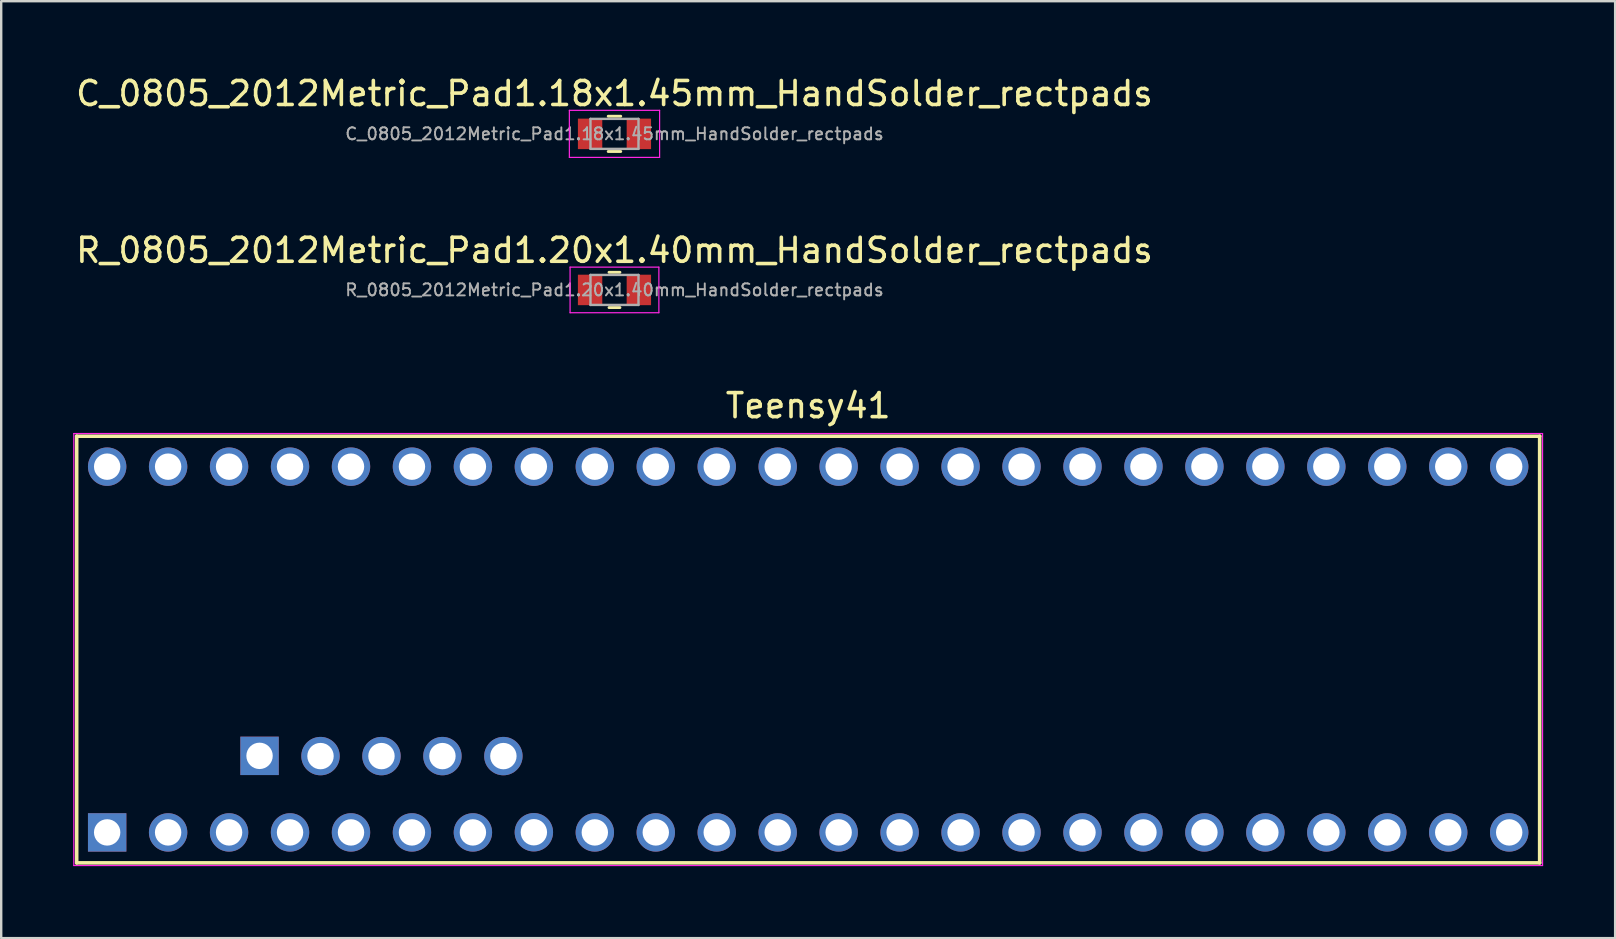
<source format=kicad_pcb>
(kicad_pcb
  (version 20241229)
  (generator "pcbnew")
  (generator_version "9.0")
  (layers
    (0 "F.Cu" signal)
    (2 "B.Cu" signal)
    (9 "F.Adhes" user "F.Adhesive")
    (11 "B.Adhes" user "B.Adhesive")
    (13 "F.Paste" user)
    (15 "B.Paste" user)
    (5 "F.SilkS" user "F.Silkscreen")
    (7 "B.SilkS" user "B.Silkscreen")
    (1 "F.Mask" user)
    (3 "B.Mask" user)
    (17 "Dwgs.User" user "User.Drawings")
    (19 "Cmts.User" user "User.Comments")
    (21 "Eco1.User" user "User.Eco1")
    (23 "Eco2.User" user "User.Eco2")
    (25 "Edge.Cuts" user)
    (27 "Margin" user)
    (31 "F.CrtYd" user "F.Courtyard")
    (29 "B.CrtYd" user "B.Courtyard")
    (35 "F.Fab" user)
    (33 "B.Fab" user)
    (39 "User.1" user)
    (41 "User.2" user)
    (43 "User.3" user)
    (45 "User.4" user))
  (footprint "R_0805_2012Metric_Pad1.20x1.40mm_HandSolder_rectpads"
    (layer "F.Cu")
    (at 22.554 9.031)
    (property "Reference" "R_0805_2012Metric_Pad1.20x1.40mm_HandSolder_rectpads" (at 0 -1.65 0) (layer "F.SilkS") (effects (font (size 1 1) (thickness 0.15))))
    (attr smd)
    (fp_line (start -0.227 -0.735) (end 0.227 -0.735) (stroke (width 0.12) (type solid)) (layer "F.SilkS"))
    (fp_line (start -0.227 0.735) (end 0.227 0.735) (stroke (width 0.12) (type solid)) (layer "F.SilkS"))
    (fp_line (start -1.85 -0.95) (end 1.85 -0.95) (stroke (width 0.05) (type solid)) (layer "F.CrtYd"))
    (fp_line (start -1.85 0.95) (end -1.85 -0.95) (stroke (width 0.05) (type solid)) (layer "F.CrtYd"))
    (fp_line (start 1.85 -0.95) (end 1.85 0.95) (stroke (width 0.05) (type solid)) (layer "F.CrtYd"))
    (fp_line (start 1.85 0.95) (end -1.85 0.95) (stroke (width 0.05) (type solid)) (layer "F.CrtYd"))
    (fp_line (start -1 -0.625) (end 1 -0.625) (stroke (width 0.1) (type solid)) (layer "F.Fab"))
    (fp_line (start -1 0.625) (end -1 -0.625) (stroke (width 0.1) (type solid)) (layer "F.Fab"))
    (fp_line (start 1 -0.625) (end 1 0.625) (stroke (width 0.1) (type solid)) (layer "F.Fab"))
    (fp_line (start 1 0.625) (end -1 0.625) (stroke (width 0.1) (type solid)) (layer "F.Fab"))
    (fp_text user "${REFERENCE}" (at 0 0 0) (layer "F.Fab") (effects (font (size 0.5 0.5) (thickness 0.08))))
    (pad "1" smd rect (at -1.016 0) (size 1.016 1.27) (layers "F.Cu" "F.Mask" "F.Paste"))
    (pad "2" smd rect (at 1.016 0) (size 1.016 1.27) (layers "F.Cu" "F.Mask" "F.Paste")))
  (footprint "C_0805_2012Metric_Pad1.18x1.45mm_HandSolder_rectpads"
    (layer "F.Cu")
    (at 22.554 2.528)
    (property "Reference" "C_0805_2012Metric_Pad1.18x1.45mm_HandSolder_rectpads" (at 0 -1.68 0) (layer "F.SilkS") (effects (font (size 1 1) (thickness 0.15))))
    (attr smd)
    (fp_line (start -0.261 -0.735) (end 0.261 -0.735) (stroke (width 0.12) (type solid)) (layer "F.SilkS"))
    (fp_line (start -0.261 0.735) (end 0.261 0.735) (stroke (width 0.12) (type solid)) (layer "F.SilkS"))
    (fp_line (start -1.88 -0.98) (end 1.88 -0.98) (stroke (width 0.05) (type solid)) (layer "F.CrtYd"))
    (fp_line (start -1.88 0.98) (end -1.88 -0.98) (stroke (width 0.05) (type solid)) (layer "F.CrtYd"))
    (fp_line (start 1.88 -0.98) (end 1.88 0.98) (stroke (width 0.05) (type solid)) (layer "F.CrtYd"))
    (fp_line (start 1.88 0.98) (end -1.88 0.98) (stroke (width 0.05) (type solid)) (layer "F.CrtYd"))
    (fp_line (start -1 -0.625) (end 1 -0.625) (stroke (width 0.1) (type solid)) (layer "F.Fab"))
    (fp_line (start -1 0.625) (end -1 -0.625) (stroke (width 0.1) (type solid)) (layer "F.Fab"))
    (fp_line (start 1 -0.625) (end 1 0.625) (stroke (width 0.1) (type solid)) (layer "F.Fab"))
    (fp_line (start 1 0.625) (end -1 0.625) (stroke (width 0.1) (type solid)) (layer "F.Fab"))
    (fp_text user "${REFERENCE}" (at 0 0 0) (layer "F.Fab") (effects (font (size 0.5 0.5) (thickness 0.08))))
    (pad "1" smd rect (at -1.016 0) (size 1.016 1.27) (layers "F.Cu" "F.Mask" "F.Paste"))
    (pad "2" smd rect (at 1.016 0) (size 1.016 1.27) (layers "F.Cu" "F.Mask" "F.Paste")))
  (footprint "Teensy41"
    (layer "F.Cu")
    (at 30.625 24.015)
    (property "Reference" "Teensy41" (at 0 -10.16 180) (layer "F.SilkS") (effects (font (size 1 1) (thickness 0.15))))
    (attr through_hole)
    (fp_line (start -30.48 -8.89) (end 30.48 -8.89) (stroke (width 0.15) (type solid)) (layer "F.SilkS"))
    (fp_line (start -30.48 8.89) (end -30.48 -8.89) (stroke (width 0.15) (type solid)) (layer "F.SilkS"))
    (fp_line (start 30.48 -8.89) (end 30.48 8.89) (stroke (width 0.15) (type solid)) (layer "F.SilkS"))
    (fp_line (start 30.48 8.89) (end -30.48 8.89) (stroke (width 0.15) (type solid)) (layer "F.SilkS"))
    (fp_line (start -30.6 -9) (end -30.6 9) (stroke (width 0.05) (type default)) (layer "F.CrtYd"))
    (fp_line (start -30.6 -9) (end 30.6 -9) (stroke (width 0.05) (type default)) (layer "F.CrtYd"))
    (fp_line (start 30.6 -9) (end 30.6 9) (stroke (width 0.05) (type default)) (layer "F.CrtYd"))
    (fp_line (start 30.6 9) (end -30.6 9) (stroke (width 0.05) (type default)) (layer "F.CrtYd"))
    (pad "+5V" thru_hole rect (at -22.86 4.43) (size 1.6 1.6) (drill 1.1) (layers "*.Cu" "*.Mask"))
    (pad "0" thru_hole circle (at -26.67 7.62) (size 1.6 1.6) (drill 1.1) (layers "*.Cu" "*.Mask"))
    (pad "1" thru_hole circle (at -24.13 7.62) (size 1.6 1.6) (drill 1.1) (layers "*.Cu" "*.Mask"))
    (pad "2" thru_hole circle (at -21.59 7.62) (size 1.6 1.6) (drill 1.1) (layers "*.Cu" "*.Mask"))
    (pad "3" thru_hole circle (at -19.05 7.62) (size 1.6 1.6) (drill 1.1) (layers "*.Cu" "*.Mask"))
    (pad "3.3V" thru_hole circle (at -24.13 -7.62) (size 1.6 1.6) (drill 1.1) (layers "*.Cu" "*.Mask"))
    (pad "3.3V" thru_hole circle (at 6.35 7.62) (size 1.6 1.6) (drill 1.1) (layers "*.Cu" "*.Mask"))
    (pad "4" thru_hole circle (at -16.51 7.62) (size 1.6 1.6) (drill 1.1) (layers "*.Cu" "*.Mask"))
    (pad "5" thru_hole circle (at -13.97 7.62) (size 1.6 1.6) (drill 1.1) (layers "*.Cu" "*.Mask"))
    (pad "6" thru_hole circle (at -11.43 7.613) (size 1.6 1.6) (drill 1.1) (layers "*.Cu" "*.Mask"))
    (pad "7" thru_hole circle (at -8.89 7.62) (size 1.6 1.6) (drill 1.1) (layers "*.Cu" "*.Mask"))
    (pad "8" thru_hole circle (at -6.35 7.62) (size 1.6 1.6) (drill 1.1) (layers "*.Cu" "*.Mask"))
    (pad "9" thru_hole circle (at -3.81 7.62) (size 1.6 1.6) (drill 1.1) (layers "*.Cu" "*.Mask"))
    (pad "10" thru_hole circle (at -1.27 7.62) (size 1.6 1.6) (drill 1.1) (layers "*.Cu" "*.Mask"))
    (pad "11" thru_hole circle (at 1.27 7.62) (size 1.6 1.6) (drill 1.1) (layers "*.Cu" "*.Mask"))
    (pad "12" thru_hole circle (at 3.81 7.62) (size 1.6 1.6) (drill 1.1) (layers "*.Cu" "*.Mask"))
    (pad "13" thru_hole circle (at 3.81 -7.62) (size 1.6 1.6) (drill 1.1) (layers "*.Cu" "*.Mask"))
    (pad "14" thru_hole circle (at 1.27 -7.62) (size 1.6 1.6) (drill 1.1) (layers "*.Cu" "*.Mask"))
    (pad "15" thru_hole circle (at -1.27 -7.62) (size 1.6 1.6) (drill 1.1) (layers "*.Cu" "*.Mask"))
    (pad "16" thru_hole circle (at -3.81 -7.62) (size 1.6 1.6) (drill 1.1) (layers "*.Cu" "*.Mask"))
    (pad "17" thru_hole circle (at -6.35 -7.62) (size 1.6 1.6) (drill 1.1) (layers "*.Cu" "*.Mask"))
    (pad "18" thru_hole circle (at -8.89 -7.62) (size 1.6 1.6) (drill 1.1) (layers "*.Cu" "*.Mask"))
    (pad "19" thru_hole circle (at -11.43 -7.62) (size 1.6 1.6) (drill 1.1) (layers "*.Cu" "*.Mask"))
    (pad "20" thru_hole circle (at -13.97 -7.62) (size 1.6 1.6) (drill 1.1) (layers "*.Cu" "*.Mask"))
    (pad "21" thru_hole circle (at -16.51 -7.62) (size 1.6 1.6) (drill 1.1) (layers "*.Cu" "*.Mask"))
    (pad "22" thru_hole circle (at -19.05 -7.62) (size 1.6 1.6) (drill 1.1) (layers "*.Cu" "*.Mask"))
    (pad "23" thru_hole circle (at -21.59 -7.62) (size 1.6 1.6) (drill 1.1) (layers "*.Cu" "*.Mask"))
    (pad "24" thru_hole circle (at 8.89 7.62) (size 1.6 1.6) (drill 1.1) (layers "*.Cu" "*.Mask"))
    (pad "25" thru_hole circle (at 11.43 7.62) (size 1.6 1.6) (drill 1.1) (layers "*.Cu" "*.Mask"))
    (pad "26" thru_hole circle (at 13.97 7.62) (size 1.6 1.6) (drill 1.1) (layers "*.Cu" "*.Mask"))
    (pad "27" thru_hole circle (at 16.51 7.62) (size 1.6 1.6) (drill 1.1) (layers "*.Cu" "*.Mask"))
    (pad "28" thru_hole circle (at 19.05 7.62) (size 1.6 1.6) (drill 1.1) (layers "*.Cu" "*.Mask"))
    (pad "29" thru_hole circle (at 21.59 7.62) (size 1.6 1.6) (drill 1.1) (layers "*.Cu" "*.Mask"))
    (pad "30" thru_hole circle (at 24.13 7.62) (size 1.6 1.6) (drill 1.1) (layers "*.Cu" "*.Mask"))
    (pad "31" thru_hole circle (at 26.67 7.62) (size 1.6 1.6) (drill 1.1) (layers "*.Cu" "*.Mask"))
    (pad "32" thru_hole circle (at 29.21 7.62) (size 1.6 1.6) (drill 1.1) (layers "*.Cu" "*.Mask"))
    (pad "33" thru_hole circle (at 29.21 -7.62) (size 1.6 1.6) (drill 1.1) (layers "*.Cu" "*.Mask"))
    (pad "34" thru_hole circle (at 26.67 -7.62) (size 1.6 1.6) (drill 1.1) (layers "*.Cu" "*.Mask"))
    (pad "35" thru_hole circle (at 24.13 -7.62) (size 1.6 1.6) (drill 1.1) (layers "*.Cu" "*.Mask"))
    (pad "36" thru_hole circle (at 21.59 -7.62) (size 1.6 1.6) (drill 1.1) (layers "*.Cu" "*.Mask"))
    (pad "37" thru_hole circle (at 19.05 -7.62) (size 1.6 1.6) (drill 1.1) (layers "*.Cu" "*.Mask"))
    (pad "38" thru_hole circle (at 16.51 -7.62) (size 1.6 1.6) (drill 1.1) (layers "*.Cu" "*.Mask"))
    (pad "39" thru_hole circle (at 13.97 -7.62) (size 1.6 1.6) (drill 1.1) (layers "*.Cu" "*.Mask"))
    (pad "40" thru_hole circle (at 11.43 -7.62) (size 1.6 1.6) (drill 1.1) (layers "*.Cu" "*.Mask"))
    (pad "41" thru_hole circle (at 8.89 -7.62) (size 1.6 1.6) (drill 1.1) (layers "*.Cu" "*.Mask"))
    (pad "D+" thru_hole circle (at -17.78 4.44) (size 1.6 1.6) (drill 1.1) (layers "*.Cu" "*.Mask"))
    (pad "D-" thru_hole circle (at -20.32 4.44) (size 1.6 1.6) (drill 1.1) (layers "*.Cu" "*.Mask"))
    (pad "GND" thru_hole rect (at -29.21 7.62) (size 1.6 1.6) (drill 1.1) (layers "*.Cu" "*.Mask"))
    (pad "GND" thru_hole circle (at -26.67 -7.62) (size 1.6 1.6) (drill 1.1) (layers "*.Cu" "*.Mask"))
    (pad "GND" thru_hole circle (at -15.24 4.44) (size 1.6 1.6) (drill 1.1) (layers "*.Cu" "*.Mask"))
    (pad "GND" thru_hole circle (at -12.7 4.44) (size 1.6 1.6) (drill 1.1) (layers "*.Cu" "*.Mask"))
    (pad "GND" thru_hole circle (at 6.35 -7.62) (size 1.6 1.6) (drill 1.1) (layers "*.Cu" "*.Mask"))
    (pad "VIN" thru_hole circle (at -29.21 -7.62) (size 1.6 1.6) (drill 1.1) (layers "*.Cu" "*.Mask")))
  (gr_rect
    (start -3 -3)
    (end 64.25 36.04)
    (stroke (width 0.1) (type default))
    (fill no)
    (layer "Edge.Cuts")))
</source>
